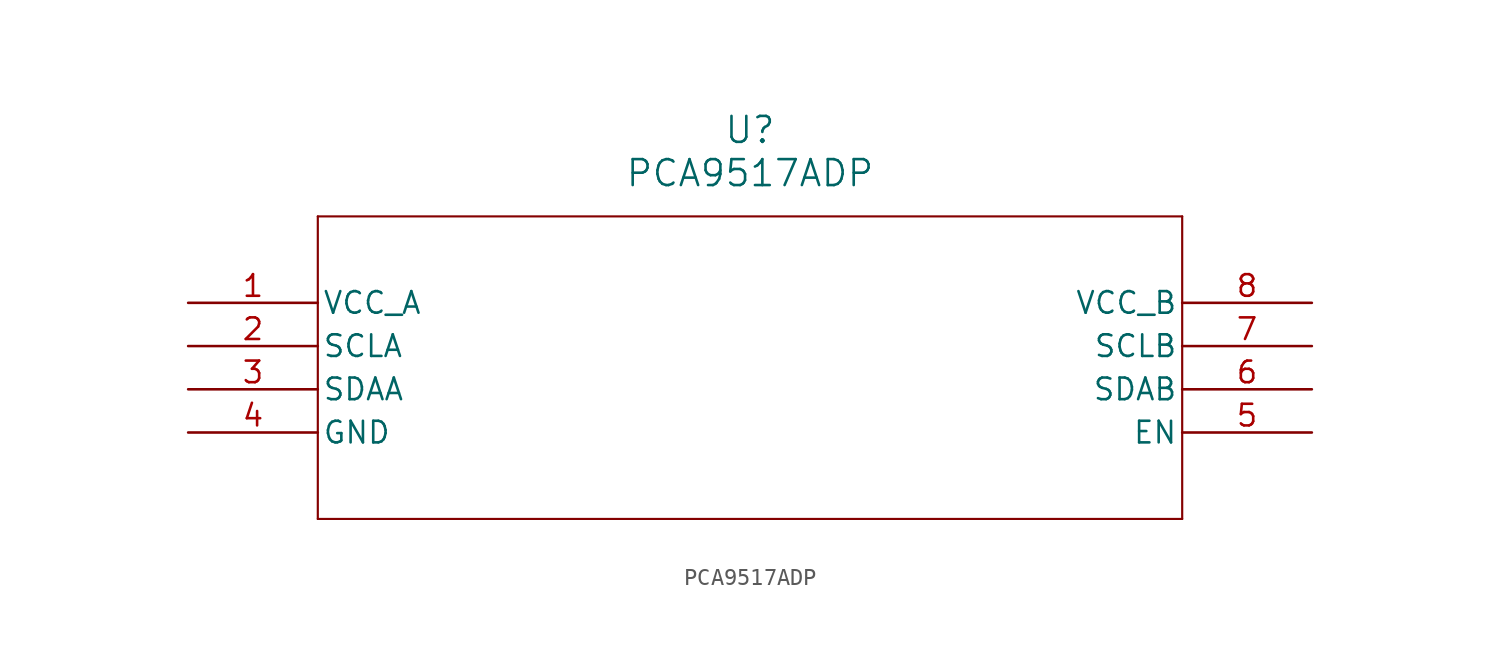
<source format=kicad_sym>
(kicad_symbol_lib
  (version 20211014)
  (generator kicad_symbol_editor)
  (symbol "PCA9517ADP"
    (pin_names
      (offset 0.254))
    (property "Reference" "U"
      (at 33.02 10.16 0)
      (effects (font (size 1.524 1.524))))
    (property "Value" "PCA9517ADP"
      (at 33.02 7.62 0)
      (effects (font (size 1.524 1.524))))
    (symbol "PCA9517ADP_0_1"
      (polyline (pts (xy 7.62 5.08) (xy 7.62 -12.7)) (stroke (width 0.127) (type default) (color 0 0 0 0)) (fill (type none)))
      (polyline (pts (xy 7.62 -12.7) (xy 58.42 -12.7)) (stroke (width 0.127) (type default) (color 0 0 0 0)) (fill (type none)))
      (polyline (pts (xy 58.42 -12.7) (xy 58.42 5.08)) (stroke (width 0.127) (type default) (color 0 0 0 0)) (fill (type none)))
      (polyline (pts (xy 58.42 5.08) (xy 7.62 5.08)) (stroke (width 0.127) (type default) (color 0 0 0 0)) (fill (type none)))
      (pin unspecified line (at 0 0 0) (length 7.62) (name "VCC_A" (effects (font (size 1.27 1.27)))) (number "1" (effects (font (size 1.27 1.27)))))
      (pin unspecified line (at 0 -2.54 0) (length 7.62) (name "SCLA" (effects (font (size 1.27 1.27)))) (number "2" (effects (font (size 1.27 1.27)))))
      (pin unspecified line (at 0 -5.08 0) (length 7.62) (name "SDAA" (effects (font (size 1.27 1.27)))) (number "3" (effects (font (size 1.27 1.27)))))
      (pin unspecified line (at 0 -7.62 0) (length 7.62) (name "GND" (effects (font (size 1.27 1.27)))) (number "4" (effects (font (size 1.27 1.27)))))
      (pin unspecified line (at 66.04 -7.62 180) (length 7.62) (name "EN" (effects (font (size 1.27 1.27)))) (number "5" (effects (font (size 1.27 1.27)))))
      (pin unspecified line (at 66.04 -5.08 180) (length 7.62) (name "SDAB" (effects (font (size 1.27 1.27)))) (number "6" (effects (font (size 1.27 1.27)))))
      (pin unspecified line (at 66.04 -2.54 180) (length 7.62) (name "SCLB" (effects (font (size 1.27 1.27)))) (number "7" (effects (font (size 1.27 1.27)))))
      (pin unspecified line (at 66.04 0 180) (length 7.62) (name "VCC_B" (effects (font (size 1.27 1.27)))) (number "8" (effects (font (size 1.27 1.27))))))))
</source>
